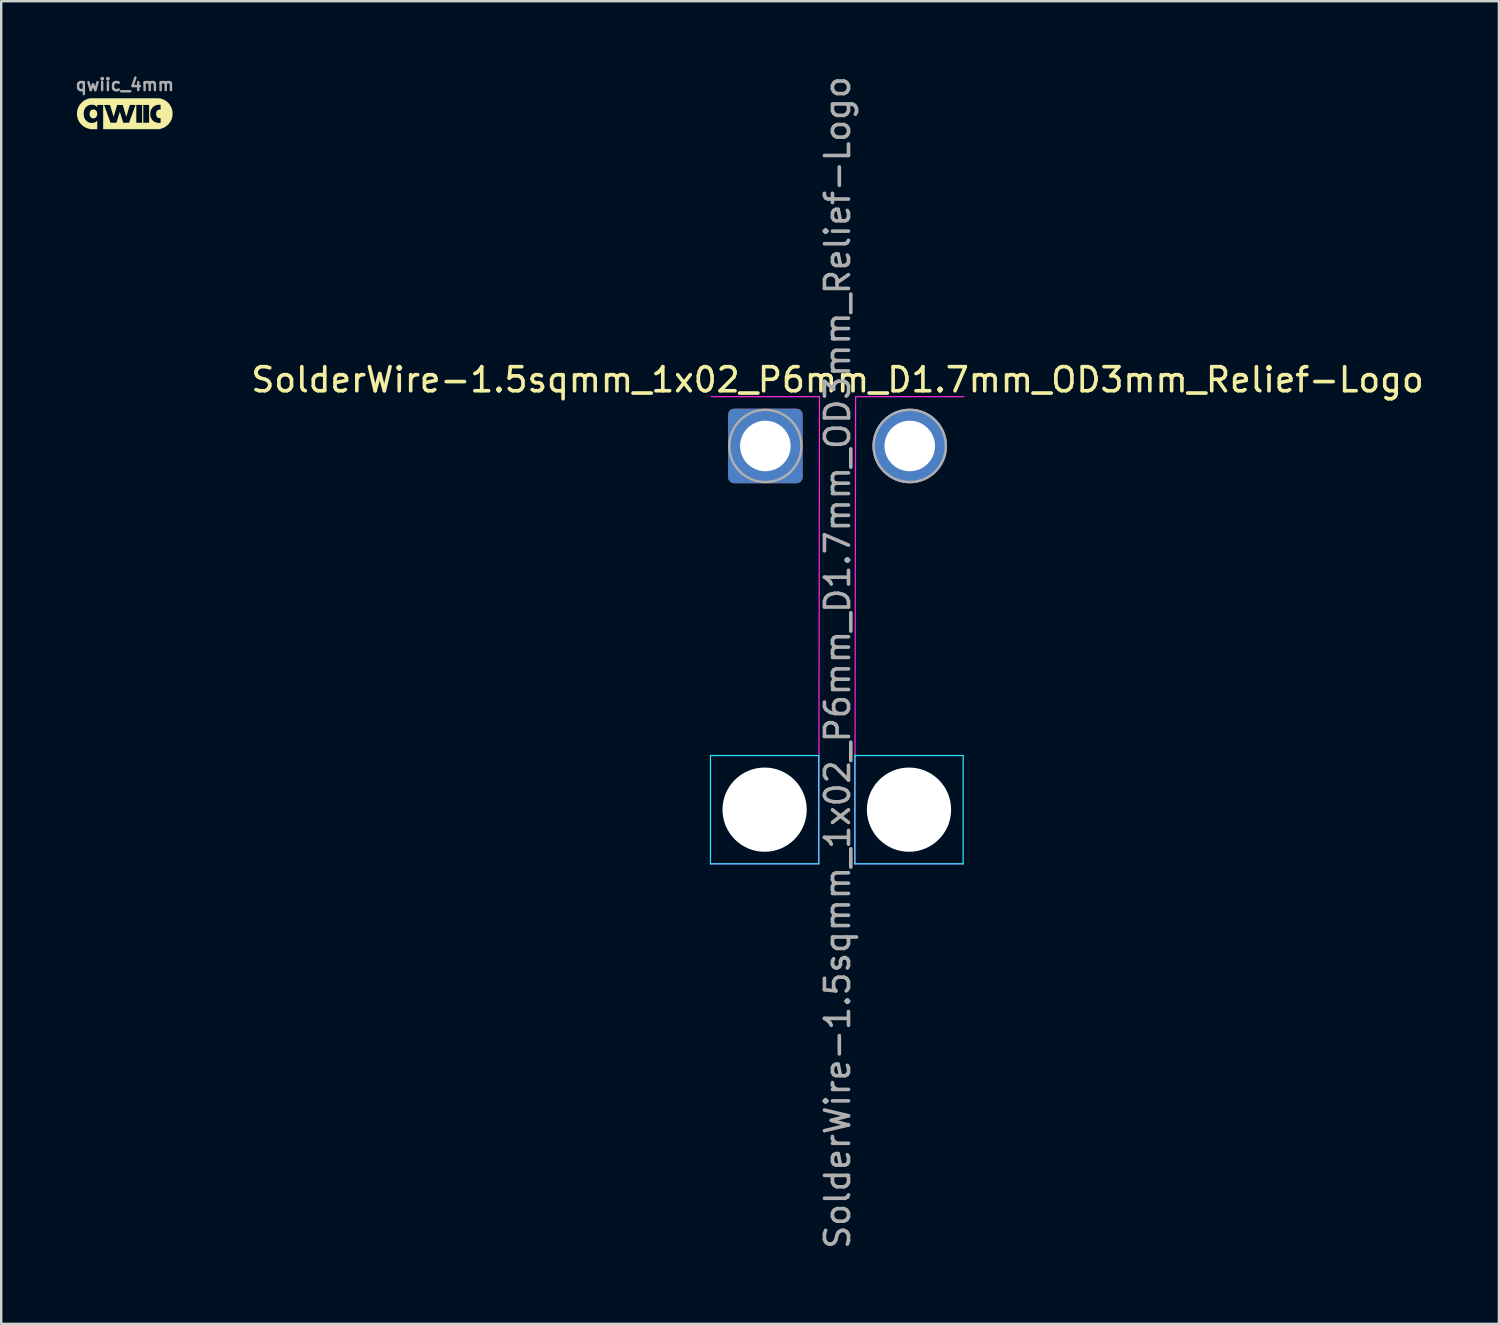
<source format=kicad_pcb>
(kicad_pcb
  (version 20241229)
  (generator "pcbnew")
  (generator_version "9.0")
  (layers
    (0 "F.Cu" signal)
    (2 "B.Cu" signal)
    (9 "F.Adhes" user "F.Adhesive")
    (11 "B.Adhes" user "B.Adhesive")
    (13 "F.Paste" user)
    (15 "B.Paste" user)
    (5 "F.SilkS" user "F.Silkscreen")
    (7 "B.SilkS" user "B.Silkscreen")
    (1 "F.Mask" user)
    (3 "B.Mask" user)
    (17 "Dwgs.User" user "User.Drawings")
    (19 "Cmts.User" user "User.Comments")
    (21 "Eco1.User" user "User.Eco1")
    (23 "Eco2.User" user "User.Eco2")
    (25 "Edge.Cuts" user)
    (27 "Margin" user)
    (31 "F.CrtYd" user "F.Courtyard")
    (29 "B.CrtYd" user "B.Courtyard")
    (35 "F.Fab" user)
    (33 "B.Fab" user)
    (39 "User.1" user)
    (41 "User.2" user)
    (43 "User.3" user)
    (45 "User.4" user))
  (footprint "qwiic_4mm"
    (layer "F.Cu")
    (at 2.136 1.668)
    (property "Reference" "qwiic_4mm" (at 0 -1.2 0) (layer "F.Fab") (effects (font (size 0.5 0.5) (thickness 0.1))))
    (attr board_only exclude_from_pos_files exclude_from_bom)
    (fp_poly (pts (xy -1.269 -0.166) (xy -1.238 -0.156) (xy -1.21 -0.138) (xy -1.203 -0.132) (xy -1.178 -0.104) (xy -1.16 -0.073) (xy -1.15 -0.036) (xy -1.146 0.006) (xy -1.146 0.032) (xy -1.148 0.056) (xy -1.15 0.073) (xy -1.155 0.088) (xy -1.162 0.105) (xy -1.167 0.115) (xy -1.188 0.148) (xy -1.213 0.172) (xy -1.243 0.189) (xy -1.278 0.199) (xy -1.297 0.201) (xy -1.317 0.201) (xy -1.337 0.198) (xy -1.344 0.197) (xy -1.38 0.182) (xy -1.411 0.16) (xy -1.434 0.131) (xy -1.451 0.096) (xy -1.461 0.054) (xy -1.463 0.031) (xy -1.462 -0.015) (xy -1.455 -0.056) (xy -1.44 -0.09) (xy -1.417 -0.121) (xy -1.405 -0.133) (xy -1.378 -0.153) (xy -1.347 -0.164) (xy -1.312 -0.169) (xy -1.305 -0.169)) (stroke (width 0) (type solid)) (fill yes) (layer "F.SilkS"))
    (fp_poly (pts (xy 0.137 -0.635) (xy 0.268 -0.635) (xy 0.389 -0.635) (xy 0.502 -0.635) (xy 0.607 -0.635) (xy 0.703 -0.635) (xy 0.792 -0.635) (xy 0.874 -0.635) (xy 0.948 -0.635) (xy 1.016 -0.635) (xy 1.077 -0.635) (xy 1.133 -0.635) (xy 1.183 -0.634) (xy 1.227 -0.634) (xy 1.266 -0.634) (xy 1.301 -0.634) (xy 1.332 -0.633) (xy 1.358 -0.633) (xy 1.38 -0.633) (xy 1.4 -0.632) (xy 1.416 -0.632) (xy 1.43 -0.631) (xy 1.441 -0.631) (xy 1.45 -0.63) (xy 1.457 -0.629) (xy 1.463 -0.629) (xy 1.468 -0.628) (xy 1.473 -0.627) (xy 1.476 -0.626) (xy 1.555 -0.603) (xy 1.628 -0.572) (xy 1.696 -0.534) (xy 1.758 -0.488) (xy 1.814 -0.435) (xy 1.863 -0.375) (xy 1.905 -0.308) (xy 1.915 -0.29) (xy 1.945 -0.224) (xy 1.967 -0.157) (xy 1.98 -0.088) (xy 1.986 -0.015) (xy 1.986 0.005) (xy 1.981 0.085) (xy 1.968 0.161) (xy 1.947 0.233) (xy 1.916 0.302) (xy 1.876 0.367) (xy 1.827 0.429) (xy 1.806 0.452) (xy 1.752 0.503) (xy 1.694 0.546) (xy 1.632 0.582) (xy 1.565 0.611) (xy 1.491 0.634) (xy 1.47 0.639) (xy 1.423 0.65) (xy 0.262 0.651) (xy -0.899 0.652) (xy -0.899 0.147) (xy -0.899 -0.355) (xy -0.859 -0.355) (xy -0.725 0.013) (xy -0.592 0.382) (xy -0.471 0.382) (xy -0.35 0.382) (xy -0.28 0.158) (xy -0.267 0.114) (xy -0.253 0.072) (xy -0.241 0.034) (xy -0.231 0.000371) (xy -0.222 -0.028) (xy -0.215 -0.049) (xy -0.21 -0.063) (xy -0.208 -0.069) (xy -0.208 -0.069) (xy -0.206 -0.065) (xy -0.201 -0.053) (xy -0.195 -0.033) (xy -0.186 -0.007) (xy -0.176 0.025) (xy -0.164 0.062) (xy -0.151 0.103) (xy -0.137 0.147) (xy -0.135 0.155) (xy -0.065 0.382) (xy 0.056 0.382) (xy 0.176 0.382) (xy 0.31 0.015) (xy 0.331 -0.042) (xy 0.351 -0.096) (xy 0.37 -0.147) (xy 0.387 -0.194) (xy 0.402 -0.236) (xy 0.415 -0.273) (xy 0.427 -0.304) (xy 0.435 -0.328) (xy 0.441 -0.345) (xy 0.444 -0.353) (xy 0.445 -0.354) (xy 0.44 -0.355) (xy 0.427 -0.356) (xy 0.407 -0.357) (xy 0.381 -0.357) (xy 0.351 -0.357) (xy 0.327 -0.358) (xy 0.478 -0.358) (xy 0.478 0.012) (xy 0.478 0.382) (xy 0.599 0.382) (xy 0.72 0.382) (xy 0.72 0.012) (xy 0.72 -0.358) (xy 0.768 -0.358) (xy 0.768 0.012) (xy 0.768 0.382) (xy 0.889 0.382) (xy 1.01 0.382) (xy 1.01 0.014) (xy 1.061 0.014) (xy 1.061 0.053) (xy 1.063 0.085) (xy 1.066 0.111) (xy 1.072 0.136) (xy 1.081 0.16) (xy 1.092 0.187) (xy 1.1 0.202) (xy 1.128 0.249) (xy 1.164 0.29) (xy 1.206 0.324) (xy 1.24 0.344) (xy 1.284 0.364) (xy 1.326 0.378) (xy 1.37 0.386) (xy 1.417 0.39) (xy 1.44 0.39) (xy 1.486 0.389) (xy 1.487 0.292) (xy 1.488 0.194) (xy 1.446 0.192) (xy 1.411 0.188) (xy 1.383 0.179) (xy 1.36 0.164) (xy 1.346 0.149) (xy 1.325 0.118) (xy 1.311 0.083) (xy 1.303 0.044) (xy 1.301 0.005) (xy 1.305 -0.034) (xy 1.316 -0.07) (xy 1.332 -0.103) (xy 1.354 -0.129) (xy 1.378 -0.147) (xy 1.402 -0.158) (xy 1.43 -0.163) (xy 1.451 -0.164) (xy 1.488 -0.164) (xy 1.487 -0.265) (xy 1.486 -0.365) (xy 1.425 -0.364) (xy 1.377 -0.362) (xy 1.335 -0.355) (xy 1.295 -0.344) (xy 1.255 -0.327) (xy 1.247 -0.323) (xy 1.208 -0.299) (xy 1.17 -0.268) (xy 1.137 -0.233) (xy 1.11 -0.195) (xy 1.103 -0.181) (xy 1.088 -0.149) (xy 1.076 -0.12) (xy 1.069 -0.092) (xy 1.064 -0.061) (xy 1.061 -0.026) (xy 1.061 0.014) (xy 1.01 0.014) (xy 1.01 0.012) (xy 1.01 -0.358) (xy 0.889 -0.358) (xy 0.768 -0.358) (xy 0.72 -0.358) (xy 0.599 -0.358) (xy 0.478 -0.358) (xy 0.327 -0.358) (xy 0.21 -0.358) (xy 0.14 -0.122) (xy 0.127 -0.076) (xy 0.114 -0.032) (xy 0.102 0.009) (xy 0.091 0.045) (xy 0.082 0.076) (xy 0.074 0.1) (xy 0.069 0.118) (xy 0.066 0.127) (xy 0.066 0.128) (xy 0.065 0.13) (xy 0.063 0.131) (xy 0.062 0.131) (xy 0.06 0.129) (xy 0.058 0.124) (xy 0.054 0.116) (xy 0.05 0.104) (xy 0.045 0.088) (xy 0.038 0.067) (xy 0.03 0.04) (xy 0.021 0.008) (xy 0.009 -0.031) (xy -0.004 -0.076) (xy -0.02 -0.13) (xy -0.037 -0.191) (xy -0.058 -0.261) (xy -0.062 -0.275) (xy -0.085 -0.355) (xy -0.202 -0.356) (xy -0.318 -0.358) (xy -0.33 -0.318) (xy -0.334 -0.305) (xy -0.34 -0.283) (xy -0.349 -0.255) (xy -0.358 -0.221) (xy -0.37 -0.183) (xy -0.382 -0.141) (xy -0.394 -0.097) (xy -0.401 -0.072) (xy -0.414 -0.03) (xy -0.425 0.01) (xy -0.436 0.046) (xy -0.445 0.078) (xy -0.453 0.103) (xy -0.459 0.122) (xy -0.462 0.134) (xy -0.464 0.136) (xy -0.466 0.133) (xy -0.47 0.12) (xy -0.476 0.101) (xy -0.485 0.074) (xy -0.495 0.042) (xy -0.506 0.004) (xy -0.519 -0.038) (xy -0.532 -0.083) (xy -0.538 -0.104) (xy -0.552 -0.15) (xy -0.565 -0.194) (xy -0.577 -0.235) (xy -0.588 -0.271) (xy -0.597 -0.301) (xy -0.605 -0.325) (xy -0.61 -0.342) (xy -0.613 -0.351) (xy -0.613 -0.352) (xy -0.619 -0.354) (xy -0.632 -0.356) (xy -0.653 -0.356) (xy -0.684 -0.357) (xy -0.723 -0.357) (xy -0.738 -0.356) (xy -0.859 -0.355) (xy -0.899 -0.355) (xy -0.899 -0.358) (xy -1.022 -0.358) (xy -1.145 -0.358) (xy -1.145 -0.311) (xy -1.145 -0.264) (xy -1.17 -0.288) (xy -1.208 -0.32) (xy -1.25 -0.343) (xy -1.276 -0.353) (xy -1.3 -0.359) (xy -1.332 -0.363) (xy -1.367 -0.365) (xy -1.402 -0.364) (xy -1.435 -0.361) (xy -1.463 -0.356) (xy -1.464 -0.356) (xy -1.516 -0.336) (xy -1.564 -0.309) (xy -1.605 -0.274) (xy -1.641 -0.232) (xy -1.668 -0.186) (xy -1.686 -0.141) (xy -1.7 -0.091) (xy -1.707 -0.037) (xy -1.709 0.018) (xy -1.707 0.059) (xy -1.701 0.098) (xy -1.695 0.131) (xy -1.686 0.16) (xy -1.674 0.19) (xy -1.664 0.213) (xy -1.636 0.258) (xy -1.602 0.299) (xy -1.563 0.332) (xy -1.522 0.357) (xy -1.469 0.377) (xy -1.414 0.388) (xy -1.364 0.391) (xy -1.311 0.387) (xy -1.262 0.375) (xy -1.219 0.354) (xy -1.18 0.325) (xy -1.174 0.319) (xy -1.145 0.291) (xy -1.145 0.472) (xy -1.145 0.652) (xy -1.262 0.651) (xy -1.296 0.651) (xy -1.328 0.651) (xy -1.356 0.65) (xy -1.378 0.65) (xy -1.393 0.649) (xy -1.399 0.649) (xy -1.475 0.637) (xy -1.548 0.617) (xy -1.618 0.588) (xy -1.685 0.552) (xy -1.746 0.509) (xy -1.802 0.459) (xy -1.852 0.403) (xy -1.895 0.342) (xy -1.93 0.275) (xy -1.943 0.244) (xy -1.967 0.171) (xy -1.982 0.097) (xy -1.989 0.024) (xy -1.986 -0.048) (xy -1.974 -0.128) (xy -1.954 -0.204) (xy -1.925 -0.275) (xy -1.887 -0.342) (xy -1.841 -0.404) (xy -1.789 -0.46) (xy -1.73 -0.51) (xy -1.667 -0.553) (xy -1.599 -0.587) (xy -1.526 -0.613) (xy -1.494 -0.622) (xy -1.442 -0.635) (xy -0.002 -0.635)) (stroke (width 0) (type solid)) (fill yes) (layer "F.SilkS")))
  (footprint "SolderWire-1.5sqmm_1x02_P6mm_D1.7mm_OD3mm_Relief-Logo"
    (layer "F.Cu")
    (at 28.754 15.482)
    (property "Reference" "SolderWire-1.5sqmm_1x02_P6mm_D1.7mm_OD3mm_Relief-Logo" (at 3 -2.75 0) (layer "F.SilkS") (effects (font (size 1 1) (thickness 0.15))))
    (attr exclude_from_pos_files exclude_from_bom)
    (fp_line (start -2.281 12.863) (end -2.281 17.363) (stroke (width 0.05) (type solid)) (layer "B.CrtYd"))
    (fp_line (start -2.281 17.363) (end 2.219 17.363) (stroke (width 0.05) (type solid)) (layer "B.CrtYd"))
    (fp_line (start 2.219 12.863) (end -2.281 12.863) (stroke (width 0.05) (type solid)) (layer "B.CrtYd"))
    (fp_line (start 2.219 17.363) (end 2.219 12.863) (stroke (width 0.05) (type solid)) (layer "B.CrtYd"))
    (fp_line (start 3.719 12.863) (end 3.719 17.363) (stroke (width 0.05) (type solid)) (layer "B.CrtYd"))
    (fp_line (start 3.719 17.363) (end 8.219 17.363) (stroke (width 0.05) (type solid)) (layer "B.CrtYd"))
    (fp_line (start 8.219 12.863) (end 3.719 12.863) (stroke (width 0.05) (type solid)) (layer "B.CrtYd"))
    (fp_line (start 8.219 17.363) (end 8.219 12.863) (stroke (width 0.05) (type solid)) (layer "B.CrtYd"))
    (fp_line (start -2.281 17.363) (end 2.219 17.363) (stroke (width 0.05) (type solid)) (layer "F.CrtYd"))
    (fp_line (start 2.219 17.363) (end 2.25 -2.05) (stroke (width 0.05) (type solid)) (layer "F.CrtYd"))
    (fp_line (start 2.25 -2.05) (end -2.25 -2.05) (stroke (width 0.05) (type solid)) (layer "F.CrtYd"))
    (fp_line (start 3.719 17.363) (end 8.219 17.363) (stroke (width 0.05) (type solid)) (layer "F.CrtYd"))
    (fp_line (start 3.75 -2.05) (end 3.719 17.363) (stroke (width 0.05) (type solid)) (layer "F.CrtYd"))
    (fp_line (start 8.25 -2.05) (end 3.75 -2.05) (stroke (width 0.05) (type solid)) (layer "F.CrtYd"))
    (fp_circle (center -0.031 15.113) (end 1.469 15.113) (stroke (width 0.1) (type solid)) (fill no) (layer "F.Fab"))
    (fp_circle (center 0 0) (end 1.5 0) (stroke (width 0.1) (type solid)) (fill no) (layer "F.Fab"))
    (fp_circle (center 5.969 15.113) (end 7.469 15.113) (stroke (width 0.1) (type solid)) (fill no) (layer "F.Fab"))
    (fp_circle (center 6 0) (end 7.5 0) (stroke (width 0.1) (type solid)) (fill no) (layer "F.Fab"))
    (fp_text user "${REFERENCE}" (at 3 9 90) (layer "F.Fab") (effects (font (size 1 1) (thickness 0.15))))
    (pad "" np_thru_hole circle (at -0.031 15.113) (size 3.5 3.5) (drill 3.5) (layers "*.Cu" "*.Mask"))
    (pad "" np_thru_hole circle (at 5.969 15.113) (size 3.5 3.5) (drill 3.5) (layers "*.Cu" "*.Mask"))
    (pad "1" thru_hole roundrect (at 0 0) (size 3.1 3.1) (drill 2.1) (layers "*.Cu" "*.Mask") (roundrect_rratio 0.081))
    (pad "2" thru_hole circle (at 6 0) (size 3.1 3.1) (drill 2.1) (layers "*.Cu" "*.Mask")))
  (gr_rect
    (start -3 -3)
    (end 59.236 51.964)
    (stroke (width 0.1) (type default))
    (fill no)
    (layer "Edge.Cuts")))
</source>
